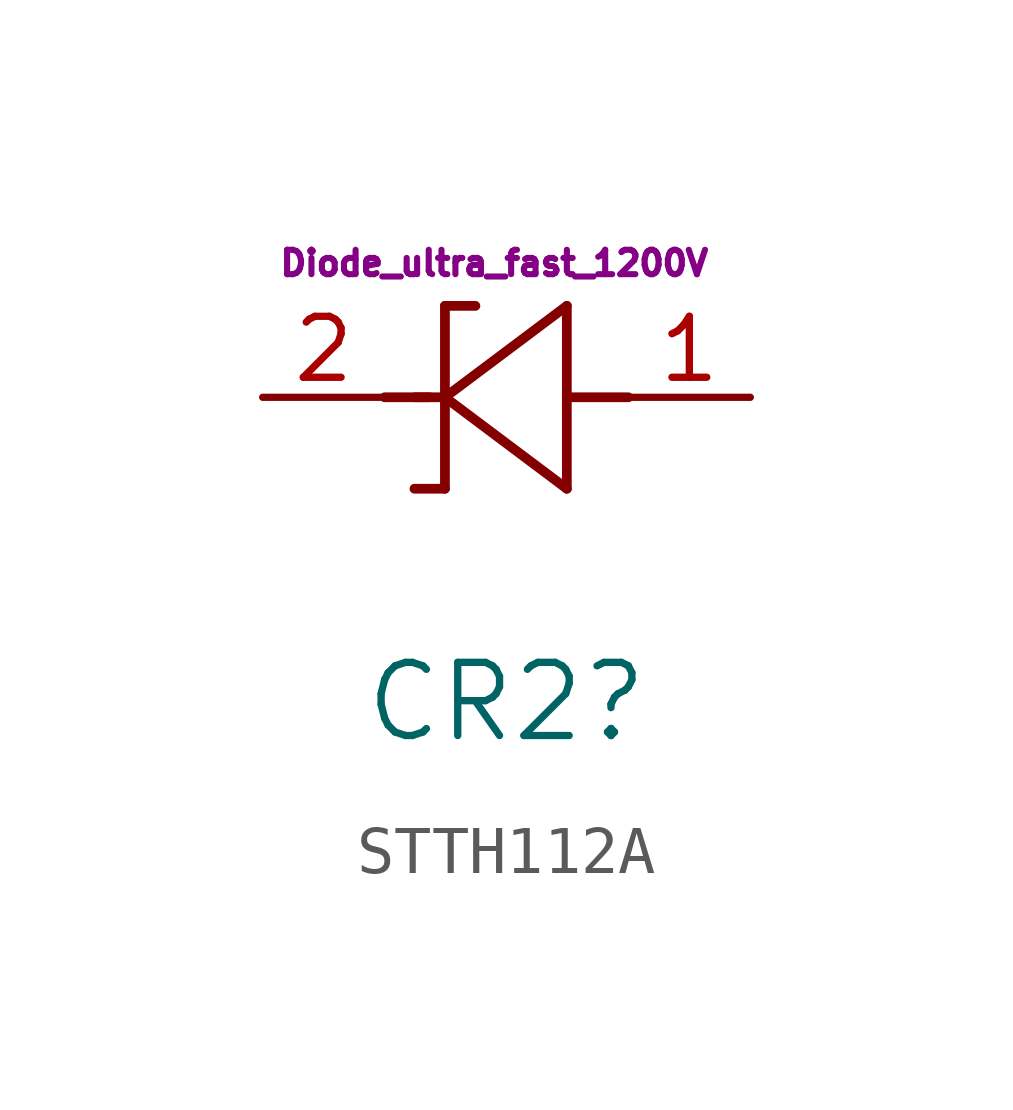
<source format=kicad_sym>
(kicad_symbol_lib
  (version 20231120)
  (generator "kicad_symbol_editor")
  (generator_version "8.0")
  (symbol "STTH112A"
    (pin_names
      (offset 0.254))
    (property "Reference" "CR2"
      (at 5.08 -6.35 0)
      (effects (font (size 1.524 1.524))))
    (property "Diode" "Diode_ultra_fast_1200V"
      (at 4.826 2.794 0)
      (effects (font (size 0.508 0.508))))
    (symbol "STTH112A_0_1"
      (polyline (pts (xy 2.54 0) (xy 3.48 0)) (stroke (width 0.203) (type default)) (fill (type none)))
      (polyline (pts (xy 3.175 0) (xy 3.81 0)) (stroke (width 0.203) (type default)) (fill (type none)))
      (polyline (pts (xy 3.797 -1.905) (xy 3.162 -1.905)) (stroke (width 0.203) (type default)) (fill (type none)))
      (polyline (pts (xy 3.797 0) (xy 6.337 -1.905)) (stroke (width 0.203) (type default)) (fill (type none)))
      (polyline (pts (xy 3.797 1.905) (xy 3.797 -1.905)) (stroke (width 0.203) (type default)) (fill (type none)))
      (polyline (pts (xy 3.797 1.905) (xy 4.432 1.905)) (stroke (width 0.203) (type default)) (fill (type none)))
      (polyline (pts (xy 6.337 -1.905) (xy 6.337 1.905)) (stroke (width 0.203) (type default)) (fill (type none)))
      (polyline (pts (xy 6.337 1.905) (xy 3.797 0)) (stroke (width 0.203) (type default)) (fill (type none)))
      (polyline (pts (xy 6.35 0) (xy 7.62 0)) (stroke (width 0.203) (type default)) (fill (type none))))
    (symbol "STTH112A_1_1"
      (pin passive line (at 10.16 0 180) (length 2.54) (name "" (effects (font (size 1.27 1.27)))) (number "1" (effects (font (size 1.27 1.27)))))
      (pin passive line (at 0 0 0) (length 2.54) (name "" (effects (font (size 1.27 1.27)))) (number "2" (effects (font (size 1.27 1.27))))))))
</source>
